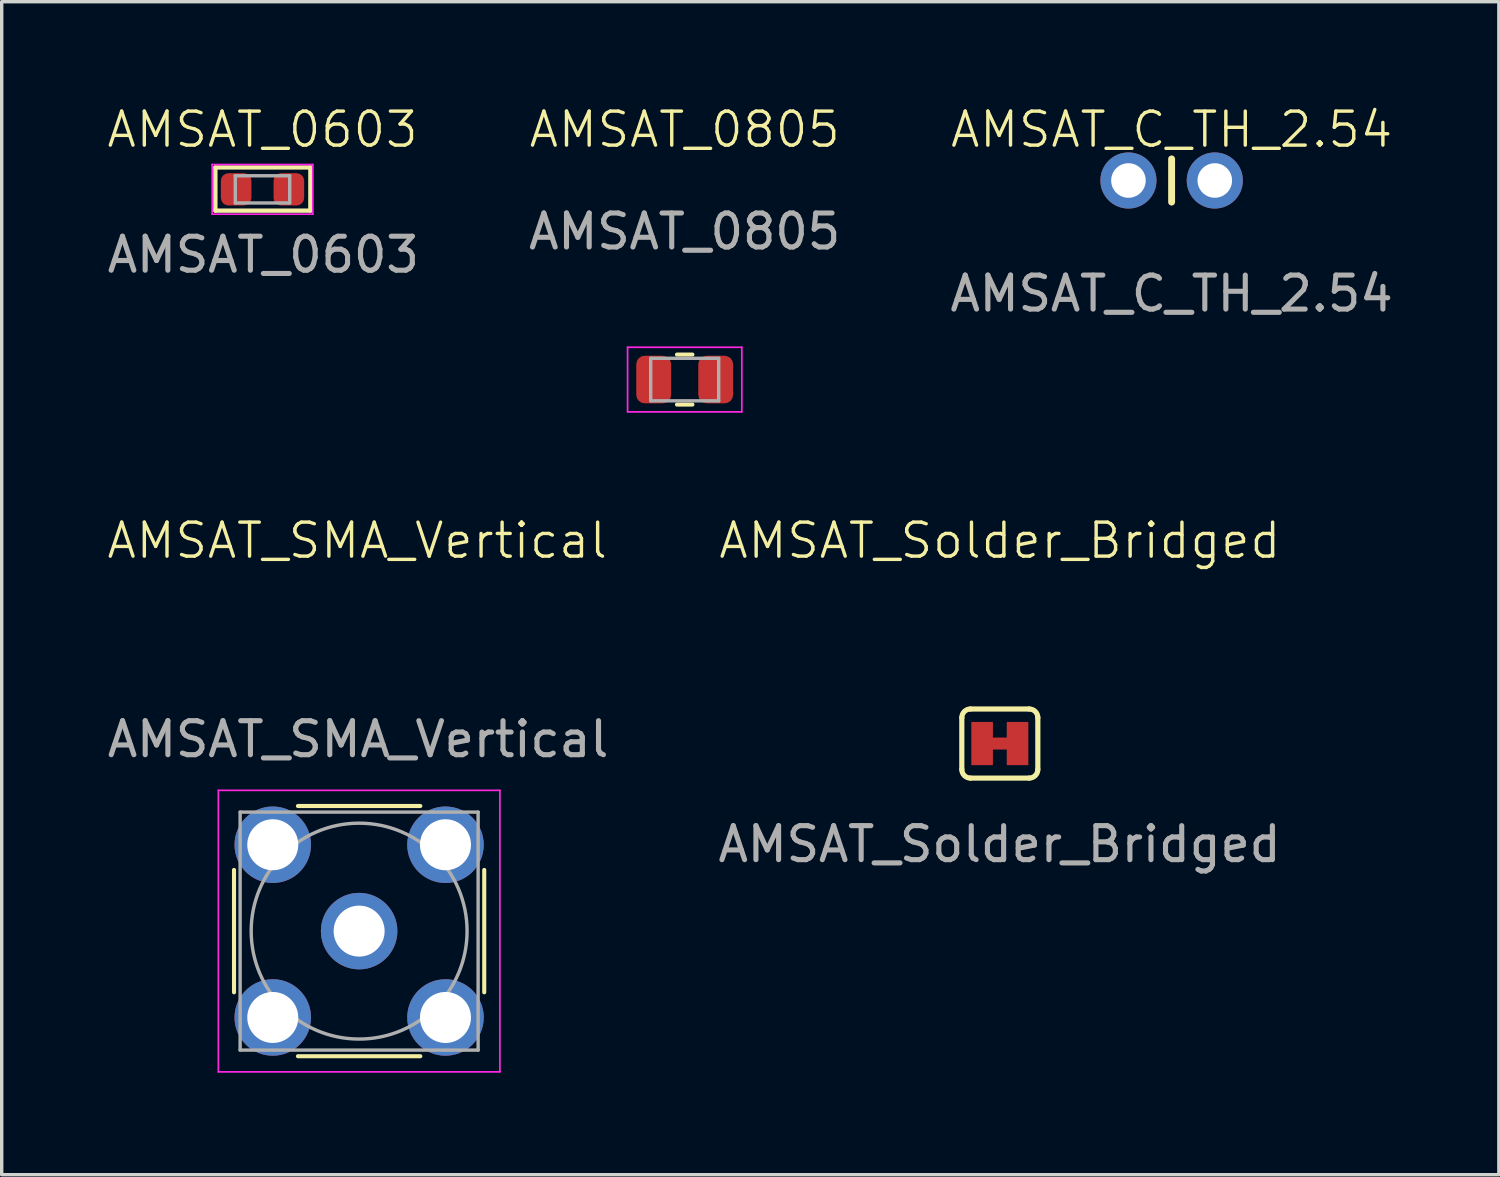
<source format=kicad_pcb>
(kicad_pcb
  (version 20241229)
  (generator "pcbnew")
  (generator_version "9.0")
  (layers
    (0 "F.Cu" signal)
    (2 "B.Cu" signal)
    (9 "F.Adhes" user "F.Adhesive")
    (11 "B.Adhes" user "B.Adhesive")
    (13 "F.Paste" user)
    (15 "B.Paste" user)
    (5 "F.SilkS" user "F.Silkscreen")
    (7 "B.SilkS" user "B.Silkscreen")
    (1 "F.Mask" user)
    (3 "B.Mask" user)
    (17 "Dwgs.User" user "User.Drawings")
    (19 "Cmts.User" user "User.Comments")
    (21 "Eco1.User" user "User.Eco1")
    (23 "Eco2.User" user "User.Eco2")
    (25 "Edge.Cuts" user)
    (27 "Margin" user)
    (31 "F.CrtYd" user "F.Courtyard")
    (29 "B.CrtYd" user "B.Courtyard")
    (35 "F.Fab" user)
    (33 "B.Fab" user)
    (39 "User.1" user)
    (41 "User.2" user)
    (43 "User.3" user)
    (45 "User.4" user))
  (footprint "AMSAT_Solder_Bridged"
    (layer "F.Cu")
    (at 26.358 18.82)
    (property "Reference" "AMSAT_Solder_Bridged" (at 0 -5.97 0) (unlocked yes) (layer "F.SilkS") (effects (font (size 1 1) (thickness 0.1))))
    (attr smd)
    (fp_rect (start -0.279 -0.076) (end 0.279 0.076) (stroke (width 0.2) (type default)) (fill no) (layer "F.Cu"))
    (fp_line (start -1.118 0.762) (end -1.118 -0.762) (stroke (width 0.152) (type default)) (layer "F.SilkS"))
    (fp_line (start -0.864 -1.016) (end 0.864 -1.016) (stroke (width 0.152) (type default)) (layer "F.SilkS"))
    (fp_line (start 0.864 1.016) (end -0.864 1.016) (stroke (width 0.152) (type default)) (layer "F.SilkS"))
    (fp_line (start 1.118 -0.762) (end 1.118 0.762) (stroke (width 0.152) (type default)) (layer "F.SilkS"))
    (fp_arc (start -1.1176 -0.762) (mid -1.043205 -0.941605) (end -0.8636 -1.016) (stroke (width 0.1524) (type default)) (layer "F.SilkS"))
    (fp_arc (start -0.8636 1.016) (mid -1.043205 0.941605) (end -1.1176 0.762) (stroke (width 0.1524) (type default)) (layer "F.SilkS"))
    (fp_arc (start 0.8636 -1.016) (mid 1.043205 -0.941605) (end 1.1176 -0.762) (stroke (width 0.1524) (type default)) (layer "F.SilkS"))
    (fp_arc (start 1.1176 0.762) (mid 1.043205 0.941605) (end 0.8636 1.016) (stroke (width 0.1524) (type default)) (layer "F.SilkS"))
    (fp_text user "${REFERENCE}" (at -0.007 2.96 0) (unlocked yes) (layer "F.Fab") (effects (font (size 1 1) (thickness 0.15))))
    (pad "1" smd rect (at -0.521 0 90) (size 1.27 0.635) (layers "F.Cu" "F.Mask" "F.Paste"))
    (pad "2" smd rect (at 0.521 0 90) (size 1.27 0.635) (layers "F.Cu" "F.Mask" "F.Paste")))
  (footprint "AMSAT_0603"
    (layer "F.Cu")
    (at 4.671 2.538)
    (property "Reference" "AMSAT_0603" (at 0 -1.778 0) (unlocked yes) (layer "F.SilkS") (effects (font (size 1 1) (thickness 0.1))))
    (attr smd)
    (fp_line (start -1.386 -0.663) (end 1.408 -0.663) (stroke (width 0.127) (type solid)) (layer "F.SilkS"))
    (fp_line (start -1.386 0.607) (end -1.386 -0.663) (stroke (width 0.127) (type solid)) (layer "F.SilkS"))
    (fp_line (start 1.408 -0.663) (end 1.408 0.607) (stroke (width 0.127) (type solid)) (layer "F.SilkS"))
    (fp_line (start 1.408 0.607) (end -1.386 0.607) (stroke (width 0.127) (type solid)) (layer "F.SilkS"))
    (fp_line (start -1.48 -0.749) (end 1.48 -0.749) (stroke (width 0.05) (type solid)) (layer "F.CrtYd"))
    (fp_line (start -1.48 0.711) (end -1.48 -0.749) (stroke (width 0.05) (type solid)) (layer "F.CrtYd"))
    (fp_line (start 1.48 -0.749) (end 1.48 0.711) (stroke (width 0.05) (type solid)) (layer "F.CrtYd"))
    (fp_line (start 1.48 0.711) (end -1.48 0.711) (stroke (width 0.05) (type solid)) (layer "F.CrtYd"))
    (fp_line (start -0.8 -0.419) (end 0.8 -0.419) (stroke (width 0.1) (type solid)) (layer "F.Fab"))
    (fp_line (start -0.8 0.381) (end -0.8 -0.419) (stroke (width 0.1) (type solid)) (layer "F.Fab"))
    (fp_line (start 0.8 -0.419) (end 0.8 0.381) (stroke (width 0.1) (type solid)) (layer "F.Fab"))
    (fp_line (start 0.8 0.381) (end -0.8 0.381) (stroke (width 0.1) (type solid)) (layer "F.Fab"))
    (fp_text user "${REFERENCE}" (at 0.025 1.905 0) (unlocked yes) (layer "F.Fab") (effects (font (size 1 1) (thickness 0.15))))
    (pad "1" smd roundrect (at 0.775 -0.019 180) (size 0.9 0.95) (layers "F.Cu" "F.Mask" "F.Paste") (roundrect_rratio 0.25))
    (pad "2" smd roundrect (at -0.775 -0.019 180) (size 0.9 0.95) (layers "F.Cu" "F.Mask" "F.Paste") (roundrect_rratio 0.25)))
  (footprint "AMSAT_0805"
    (layer "F.Cu")
    (at 17.089 6.351)
    (property "Reference" "AMSAT_0805" (at 0 -5.591 0) (unlocked yes) (layer "F.SilkS") (effects (font (size 1 1) (thickness 0.1))))
    (attr smd)
    (fp_line (start -0.227 1.028) (end 0.227 1.028) (stroke (width 0.12) (type solid)) (layer "F.SilkS"))
    (fp_line (start -0.227 2.498) (end 0.227 2.498) (stroke (width 0.12) (type solid)) (layer "F.SilkS"))
    (fp_line (start -1.68 0.813) (end 1.68 0.813) (stroke (width 0.05) (type solid)) (layer "F.CrtYd"))
    (fp_line (start -1.68 2.713) (end -1.68 0.813) (stroke (width 0.05) (type solid)) (layer "F.CrtYd"))
    (fp_line (start 1.68 0.813) (end 1.68 2.713) (stroke (width 0.05) (type solid)) (layer "F.CrtYd"))
    (fp_line (start 1.68 2.713) (end -1.68 2.713) (stroke (width 0.05) (type solid)) (layer "F.CrtYd"))
    (fp_line (start -1 1.138) (end 1 1.138) (stroke (width 0.1) (type solid)) (layer "F.Fab"))
    (fp_line (start -1 2.388) (end -1 1.138) (stroke (width 0.1) (type solid)) (layer "F.Fab"))
    (fp_line (start 1 1.138) (end 1 2.388) (stroke (width 0.1) (type solid)) (layer "F.Fab"))
    (fp_line (start 1 2.388) (end -1 2.388) (stroke (width 0.1) (type solid)) (layer "F.Fab"))
    (fp_text user "${REFERENCE}" (at 0 -2.591 0) (unlocked yes) (layer "F.Fab") (effects (font (size 1 1) (thickness 0.15))))
    (pad "1" smd roundrect (at -0.912 1.763) (size 1.025 1.4) (layers "F.Cu" "F.Mask" "F.Paste") (roundrect_rratio 0.244))
    (pad "2" smd roundrect (at 0.912 1.763) (size 1.025 1.4) (layers "F.Cu" "F.Mask" "F.Paste") (roundrect_rratio 0.244)))
  (footprint "AMSAT_SMA_Vertical"
    (layer "F.Cu")
    (at 7.508 24.332)
    (property "Reference" "AMSAT_SMA_Vertical" (at -0.051 -11.482 0) (unlocked yes) (layer "F.SilkS") (effects (font (size 1 1) (thickness 0.1))))
    (attr through_hole)
    (fp_line (start -3.675 -1.795) (end -3.675 1.805) (stroke (width 0.12) (type solid)) (layer "F.SilkS"))
    (fp_line (start -1.795 -3.675) (end 1.805 -3.675) (stroke (width 0.12) (type solid)) (layer "F.SilkS"))
    (fp_line (start -1.795 3.685) (end 1.805 3.685) (stroke (width 0.12) (type solid)) (layer "F.SilkS"))
    (fp_line (start 3.685 -1.795) (end 3.685 1.805) (stroke (width 0.12) (type solid)) (layer "F.SilkS"))
    (fp_line (start -4.135 -4.135) (end -4.135 4.145) (stroke (width 0.05) (type solid)) (layer "F.CrtYd"))
    (fp_line (start -4.135 -4.135) (end 4.145 -4.135) (stroke (width 0.05) (type solid)) (layer "F.CrtYd"))
    (fp_line (start 4.145 4.145) (end -4.135 4.145) (stroke (width 0.05) (type solid)) (layer "F.CrtYd"))
    (fp_line (start 4.145 4.145) (end 4.145 -4.135) (stroke (width 0.05) (type solid)) (layer "F.CrtYd"))
    (fp_line (start -3.495 -3.495) (end -3.495 3.505) (stroke (width 0.1) (type solid)) (layer "F.Fab"))
    (fp_line (start -3.495 -3.495) (end 3.505 -3.495) (stroke (width 0.1) (type solid)) (layer "F.Fab"))
    (fp_line (start -3.495 3.505) (end 3.505 3.505) (stroke (width 0.1) (type solid)) (layer "F.Fab"))
    (fp_line (start 3.505 -3.495) (end 3.505 3.505) (stroke (width 0.1) (type solid)) (layer "F.Fab"))
    (fp_circle (center 0.005 0.005) (end 3.18 0.005) (stroke (width 0.1) (type solid)) (fill no) (layer "F.Fab"))
    (fp_text user "${REFERENCE}" (at -0.025 -5.639 0) (unlocked yes) (layer "F.Fab") (effects (font (size 1 1) (thickness 0.15))))
    (pad "1" thru_hole circle (at 0.005 0.005) (size 2.25 2.25) (drill 1.5) (layers "*.Cu" "*.Mask"))
    (pad "2" thru_hole circle (at -2.535 -2.535) (size 2.25 2.25) (drill 1.5) (layers "*.Cu" "*.Mask"))
    (pad "2" thru_hole circle (at -2.535 2.545) (size 2.25 2.25) (drill 1.5) (layers "*.Cu" "*.Mask"))
    (pad "2" thru_hole circle (at 2.545 -2.535) (size 2.25 2.25) (drill 1.5) (layers "*.Cu" "*.Mask"))
    (pad "2" thru_hole circle (at 2.545 2.545) (size 2.25 2.25) (drill 1.5) (layers "*.Cu" "*.Mask")))
  (footprint "AMSAT_C_TH_2.54"
    (layer "F.Cu")
    (at 31.411 2.284)
    (property "Reference" "AMSAT_C_TH_2.54" (at 0 -1.524 0) (unlocked yes) (layer "F.SilkS") (effects (font (size 1 1) (thickness 0.1))))
    (attr smd)
    (fp_line (start 0 -0.66) (end 0 0.61) (stroke (width 0.203) (type solid)) (layer "F.SilkS"))
    (fp_text user "${REFERENCE}" (at 0 3.302 0) (unlocked yes) (layer "F.Fab") (effects (font (size 1 1) (thickness 0.15))))
    (pad "1" thru_hole circle (at -1.27 -0.025 90) (size 1.651 1.651) (drill 1.016) (layers "*.Cu" "*.Mask"))
    (pad "2" thru_hole circle (at 1.27 -0.025 90) (size 1.651 1.651) (drill 1.016) (layers "*.Cu" "*.Mask")))
  (gr_rect
    (start -3 -3)
    (end 41.036 31.502)
    (stroke (width 0.1) (type default))
    (fill no)
    (layer "Edge.Cuts")))
</source>
